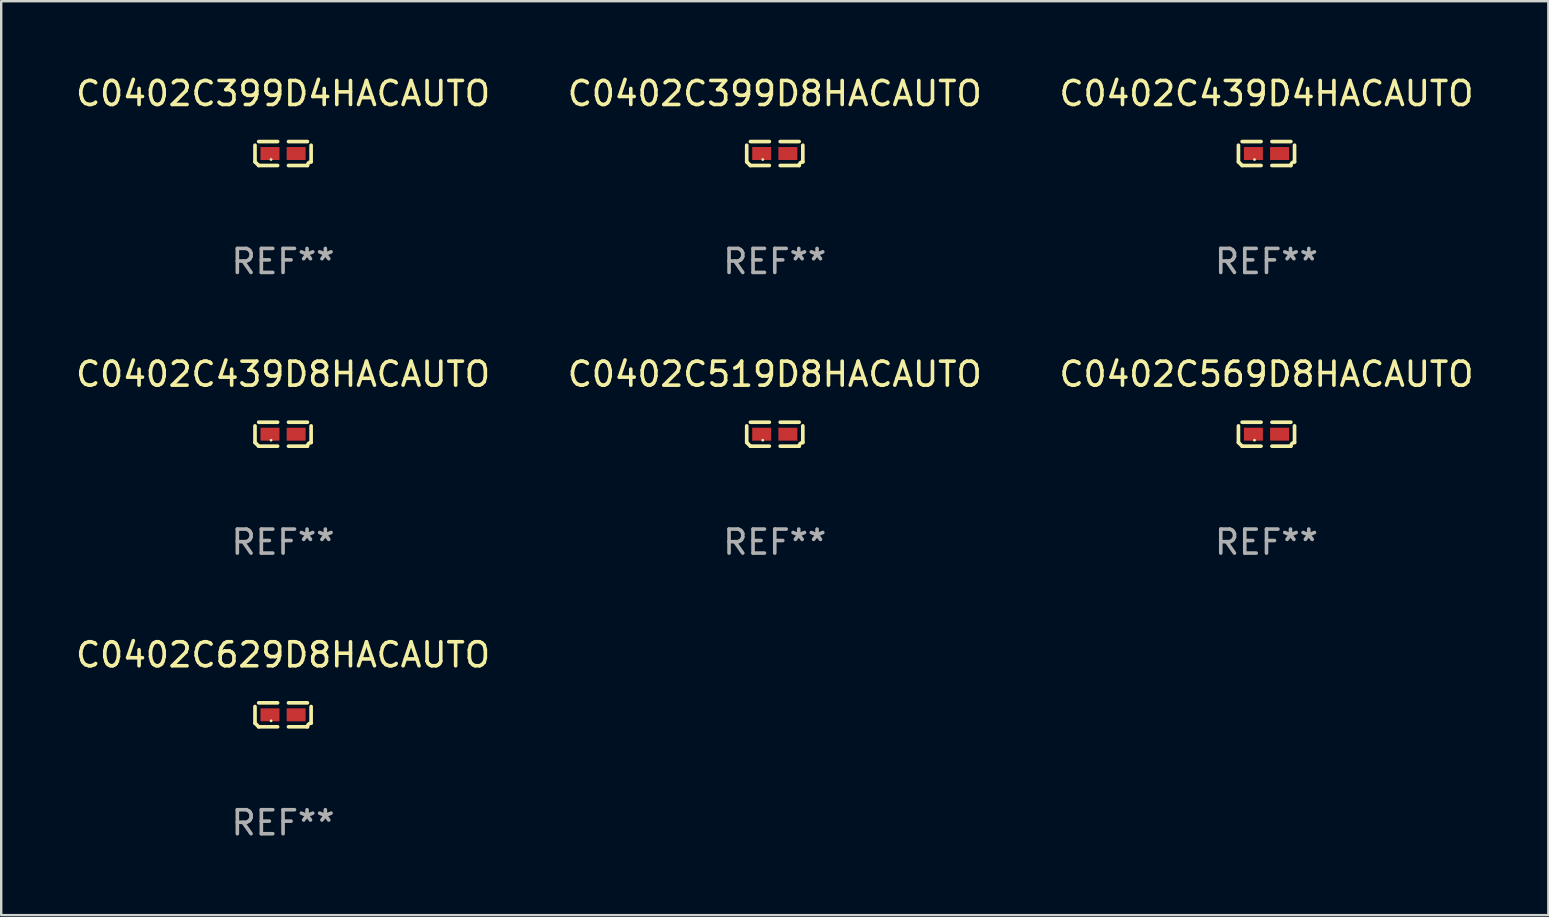
<source format=kicad_pcb>
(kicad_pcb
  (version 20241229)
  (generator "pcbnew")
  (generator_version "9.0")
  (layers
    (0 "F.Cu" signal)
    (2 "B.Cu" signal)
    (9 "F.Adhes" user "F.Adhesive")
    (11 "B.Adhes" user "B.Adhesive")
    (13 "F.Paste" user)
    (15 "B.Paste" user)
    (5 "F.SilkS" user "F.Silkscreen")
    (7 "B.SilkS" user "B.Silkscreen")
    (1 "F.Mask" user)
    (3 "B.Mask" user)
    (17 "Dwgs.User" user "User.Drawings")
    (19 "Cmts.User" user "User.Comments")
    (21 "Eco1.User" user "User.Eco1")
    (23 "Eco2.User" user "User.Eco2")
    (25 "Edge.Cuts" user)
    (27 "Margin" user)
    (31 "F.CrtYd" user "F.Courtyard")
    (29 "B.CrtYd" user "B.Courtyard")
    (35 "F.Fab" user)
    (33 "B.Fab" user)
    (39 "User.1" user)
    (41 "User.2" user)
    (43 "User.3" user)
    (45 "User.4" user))
  (footprint "C0402C439D4HACAUTO"
    (layer "F.Cu")
    (at 49.72 3.347)
    (property "Reference" "C0402C439D4HACAUTO" (at 0 -2.499 0) (layer "F.SilkS") (effects (font (size 1 1) (thickness 0.15))))
    (attr through_hole)
    (fp_line (start -1.169 0.346) (end -1.169 -0.346) (stroke (width 0.152) (type solid)) (layer "F.SilkS"))
    (fp_line (start -1.016 -0.499) (end -0.226 -0.499) (stroke (width 0.152) (type solid)) (layer "F.SilkS"))
    (fp_line (start -0.226 0.499) (end -1.016 0.499) (stroke (width 0.152) (type solid)) (layer "F.SilkS"))
    (fp_line (start 0.226 0.499) (end 1.016 0.499) (stroke (width 0.152) (type solid)) (layer "F.SilkS"))
    (fp_line (start 1.016 -0.499) (end 0.226 -0.499) (stroke (width 0.152) (type solid)) (layer "F.SilkS"))
    (fp_line (start 1.169 0.346) (end 1.169 -0.346) (stroke (width 0.152) (type solid)) (layer "F.SilkS"))
    (fp_arc (start -1.016307 0.498603) (mid -1.092512 0.422405) (end -1.16871 0.3462) (stroke (width 0.1524) (type solid)) (layer "F.SilkS"))
    (fp_arc (start 1.016307 0.498603) (mid 1.060899 0.390758) (end 1.168707 0.346076) (stroke (width 0.1524) (type solid)) (layer "F.SilkS"))
    (fp_circle (center -0.5 0.25) (end -0.47 0.25) (stroke (width 0.06) (type solid)) (fill no) (layer "F.SilkS"))
    (fp_text user "REF**" (at 0 4.499 0) (layer "F.Fab") (effects (font (size 1 1) (thickness 0.15))))
    (pad "1" smd rect (at -0.545 0) (size 0.79 0.54) (layers "F.Cu" "F.Mask" "F.Paste"))
    (pad "2" smd rect (at 0.545 0) (size 0.79 0.54) (layers "F.Cu" "F.Mask" "F.Paste")))
  (footprint "C0402C569D8HACAUTO"
    (layer "F.Cu")
    (at 49.72 15.041)
    (property "Reference" "C0402C569D8HACAUTO" (at 0 -2.499 0) (layer "F.SilkS") (effects (font (size 1 1) (thickness 0.15))))
    (attr through_hole)
    (fp_line (start -1.169 0.346) (end -1.169 -0.346) (stroke (width 0.152) (type solid)) (layer "F.SilkS"))
    (fp_line (start -1.016 -0.499) (end -0.226 -0.499) (stroke (width 0.152) (type solid)) (layer "F.SilkS"))
    (fp_line (start -0.226 0.499) (end -1.016 0.499) (stroke (width 0.152) (type solid)) (layer "F.SilkS"))
    (fp_line (start 0.226 0.499) (end 1.016 0.499) (stroke (width 0.152) (type solid)) (layer "F.SilkS"))
    (fp_line (start 1.016 -0.499) (end 0.226 -0.499) (stroke (width 0.152) (type solid)) (layer "F.SilkS"))
    (fp_line (start 1.169 0.346) (end 1.169 -0.346) (stroke (width 0.152) (type solid)) (layer "F.SilkS"))
    (fp_arc (start -1.016307 0.498603) (mid -1.092512 0.422405) (end -1.16871 0.3462) (stroke (width 0.1524) (type solid)) (layer "F.SilkS"))
    (fp_arc (start 1.016307 0.498603) (mid 1.060899 0.390758) (end 1.168707 0.346076) (stroke (width 0.1524) (type solid)) (layer "F.SilkS"))
    (fp_circle (center -0.5 0.25) (end -0.47 0.25) (stroke (width 0.06) (type solid)) (fill no) (layer "F.SilkS"))
    (fp_text user "REF**" (at 0 4.499 0) (layer "F.Fab") (effects (font (size 1 1) (thickness 0.15))))
    (pad "1" smd rect (at -0.545 0) (size 0.79 0.54) (layers "F.Cu" "F.Mask" "F.Paste"))
    (pad "2" smd rect (at 0.545 0) (size 0.79 0.54) (layers "F.Cu" "F.Mask" "F.Paste")))
  (footprint "C0402C519D8HACAUTO"
    (layer "F.Cu")
    (at 29.232 15.041)
    (property "Reference" "C0402C519D8HACAUTO" (at 0 -2.499 0) (layer "F.SilkS") (effects (font (size 1 1) (thickness 0.15))))
    (attr through_hole)
    (fp_line (start -1.169 0.346) (end -1.169 -0.346) (stroke (width 0.152) (type solid)) (layer "F.SilkS"))
    (fp_line (start -1.016 -0.499) (end -0.226 -0.499) (stroke (width 0.152) (type solid)) (layer "F.SilkS"))
    (fp_line (start -0.226 0.499) (end -1.016 0.499) (stroke (width 0.152) (type solid)) (layer "F.SilkS"))
    (fp_line (start 0.226 0.499) (end 1.016 0.499) (stroke (width 0.152) (type solid)) (layer "F.SilkS"))
    (fp_line (start 1.016 -0.499) (end 0.226 -0.499) (stroke (width 0.152) (type solid)) (layer "F.SilkS"))
    (fp_line (start 1.169 0.346) (end 1.169 -0.346) (stroke (width 0.152) (type solid)) (layer "F.SilkS"))
    (fp_arc (start -1.016307 0.498603) (mid -1.092512 0.422405) (end -1.16871 0.3462) (stroke (width 0.1524) (type solid)) (layer "F.SilkS"))
    (fp_arc (start 1.016307 0.498603) (mid 1.060899 0.390758) (end 1.168707 0.346076) (stroke (width 0.1524) (type solid)) (layer "F.SilkS"))
    (fp_circle (center -0.5 0.25) (end -0.47 0.25) (stroke (width 0.06) (type solid)) (fill no) (layer "F.SilkS"))
    (fp_text user "REF**" (at 0 4.499 0) (layer "F.Fab") (effects (font (size 1 1) (thickness 0.15))))
    (pad "1" smd rect (at -0.545 0) (size 0.79 0.54) (layers "F.Cu" "F.Mask" "F.Paste"))
    (pad "2" smd rect (at 0.545 0) (size 0.79 0.54) (layers "F.Cu" "F.Mask" "F.Paste")))
  (footprint "C0402C629D8HACAUTO"
    (layer "F.Cu")
    (at 8.744 26.734)
    (property "Reference" "C0402C629D8HACAUTO" (at 0 -2.499 0) (layer "F.SilkS") (effects (font (size 1 1) (thickness 0.15))))
    (attr through_hole)
    (fp_line (start -1.169 0.346) (end -1.169 -0.346) (stroke (width 0.152) (type solid)) (layer "F.SilkS"))
    (fp_line (start -1.016 -0.499) (end -0.226 -0.499) (stroke (width 0.152) (type solid)) (layer "F.SilkS"))
    (fp_line (start -0.226 0.499) (end -1.016 0.499) (stroke (width 0.152) (type solid)) (layer "F.SilkS"))
    (fp_line (start 0.226 0.499) (end 1.016 0.499) (stroke (width 0.152) (type solid)) (layer "F.SilkS"))
    (fp_line (start 1.016 -0.499) (end 0.226 -0.499) (stroke (width 0.152) (type solid)) (layer "F.SilkS"))
    (fp_line (start 1.169 0.346) (end 1.169 -0.346) (stroke (width 0.152) (type solid)) (layer "F.SilkS"))
    (fp_arc (start -1.016307 0.498603) (mid -1.092512 0.422405) (end -1.16871 0.3462) (stroke (width 0.1524) (type solid)) (layer "F.SilkS"))
    (fp_arc (start 1.016307 0.498603) (mid 1.060899 0.390758) (end 1.168707 0.346076) (stroke (width 0.1524) (type solid)) (layer "F.SilkS"))
    (fp_circle (center -0.5 0.25) (end -0.47 0.25) (stroke (width 0.06) (type solid)) (fill no) (layer "F.SilkS"))
    (fp_text user "REF**" (at 0 4.499 0) (layer "F.Fab") (effects (font (size 1 1) (thickness 0.15))))
    (pad "1" smd rect (at -0.545 0) (size 0.79 0.54) (layers "F.Cu" "F.Mask" "F.Paste"))
    (pad "2" smd rect (at 0.545 0) (size 0.79 0.54) (layers "F.Cu" "F.Mask" "F.Paste")))
  (footprint "C0402C439D8HACAUTO"
    (layer "F.Cu")
    (at 8.744 15.041)
    (property "Reference" "C0402C439D8HACAUTO" (at 0 -2.499 0) (layer "F.SilkS") (effects (font (size 1 1) (thickness 0.15))))
    (attr through_hole)
    (fp_line (start -1.169 0.346) (end -1.169 -0.346) (stroke (width 0.152) (type solid)) (layer "F.SilkS"))
    (fp_line (start -1.016 -0.499) (end -0.226 -0.499) (stroke (width 0.152) (type solid)) (layer "F.SilkS"))
    (fp_line (start -0.226 0.499) (end -1.016 0.499) (stroke (width 0.152) (type solid)) (layer "F.SilkS"))
    (fp_line (start 0.226 0.499) (end 1.016 0.499) (stroke (width 0.152) (type solid)) (layer "F.SilkS"))
    (fp_line (start 1.016 -0.499) (end 0.226 -0.499) (stroke (width 0.152) (type solid)) (layer "F.SilkS"))
    (fp_line (start 1.169 0.346) (end 1.169 -0.346) (stroke (width 0.152) (type solid)) (layer "F.SilkS"))
    (fp_arc (start -1.016307 0.498603) (mid -1.092512 0.422405) (end -1.16871 0.3462) (stroke (width 0.1524) (type solid)) (layer "F.SilkS"))
    (fp_arc (start 1.016307 0.498603) (mid 1.060899 0.390758) (end 1.168707 0.346076) (stroke (width 0.1524) (type solid)) (layer "F.SilkS"))
    (fp_circle (center -0.5 0.25) (end -0.47 0.25) (stroke (width 0.06) (type solid)) (fill no) (layer "F.SilkS"))
    (fp_text user "REF**" (at 0 4.499 0) (layer "F.Fab") (effects (font (size 1 1) (thickness 0.15))))
    (pad "1" smd rect (at -0.545 0) (size 0.79 0.54) (layers "F.Cu" "F.Mask" "F.Paste"))
    (pad "2" smd rect (at 0.545 0) (size 0.79 0.54) (layers "F.Cu" "F.Mask" "F.Paste")))
  (footprint "C0402C399D8HACAUTO"
    (layer "F.Cu")
    (at 29.232 3.347)
    (property "Reference" "C0402C399D8HACAUTO" (at 0 -2.499 0) (layer "F.SilkS") (effects (font (size 1 1) (thickness 0.15))))
    (attr through_hole)
    (fp_line (start -1.169 0.346) (end -1.169 -0.346) (stroke (width 0.152) (type solid)) (layer "F.SilkS"))
    (fp_line (start -1.016 -0.499) (end -0.226 -0.499) (stroke (width 0.152) (type solid)) (layer "F.SilkS"))
    (fp_line (start -0.226 0.499) (end -1.016 0.499) (stroke (width 0.152) (type solid)) (layer "F.SilkS"))
    (fp_line (start 0.226 0.499) (end 1.016 0.499) (stroke (width 0.152) (type solid)) (layer "F.SilkS"))
    (fp_line (start 1.016 -0.499) (end 0.226 -0.499) (stroke (width 0.152) (type solid)) (layer "F.SilkS"))
    (fp_line (start 1.169 0.346) (end 1.169 -0.346) (stroke (width 0.152) (type solid)) (layer "F.SilkS"))
    (fp_arc (start -1.016307 0.498603) (mid -1.092512 0.422405) (end -1.16871 0.3462) (stroke (width 0.1524) (type solid)) (layer "F.SilkS"))
    (fp_arc (start 1.016307 0.498603) (mid 1.060899 0.390758) (end 1.168707 0.346076) (stroke (width 0.1524) (type solid)) (layer "F.SilkS"))
    (fp_circle (center -0.5 0.25) (end -0.47 0.25) (stroke (width 0.06) (type solid)) (fill no) (layer "F.SilkS"))
    (fp_text user "REF**" (at 0 4.499 0) (layer "F.Fab") (effects (font (size 1 1) (thickness 0.15))))
    (pad "1" smd rect (at -0.545 0) (size 0.79 0.54) (layers "F.Cu" "F.Mask" "F.Paste"))
    (pad "2" smd rect (at 0.545 0) (size 0.79 0.54) (layers "F.Cu" "F.Mask" "F.Paste")))
  (footprint "C0402C399D4HACAUTO"
    (layer "F.Cu")
    (at 8.744 3.347)
    (property "Reference" "C0402C399D4HACAUTO" (at 0 -2.499 0) (layer "F.SilkS") (effects (font (size 1 1) (thickness 0.15))))
    (attr through_hole)
    (fp_line (start -1.169 0.346) (end -1.169 -0.346) (stroke (width 0.152) (type solid)) (layer "F.SilkS"))
    (fp_line (start -1.016 -0.499) (end -0.226 -0.499) (stroke (width 0.152) (type solid)) (layer "F.SilkS"))
    (fp_line (start -0.226 0.499) (end -1.016 0.499) (stroke (width 0.152) (type solid)) (layer "F.SilkS"))
    (fp_line (start 0.226 0.499) (end 1.016 0.499) (stroke (width 0.152) (type solid)) (layer "F.SilkS"))
    (fp_line (start 1.016 -0.499) (end 0.226 -0.499) (stroke (width 0.152) (type solid)) (layer "F.SilkS"))
    (fp_line (start 1.169 0.346) (end 1.169 -0.346) (stroke (width 0.152) (type solid)) (layer "F.SilkS"))
    (fp_arc (start -1.016307 0.498603) (mid -1.092512 0.422405) (end -1.16871 0.3462) (stroke (width 0.1524) (type solid)) (layer "F.SilkS"))
    (fp_arc (start 1.016307 0.498603) (mid 1.060899 0.390758) (end 1.168707 0.346076) (stroke (width 0.1524) (type solid)) (layer "F.SilkS"))
    (fp_circle (center -0.5 0.25) (end -0.47 0.25) (stroke (width 0.06) (type solid)) (fill no) (layer "F.SilkS"))
    (fp_text user "REF**" (at 0 4.499 0) (layer "F.Fab") (effects (font (size 1 1) (thickness 0.15))))
    (pad "1" smd rect (at -0.545 0) (size 0.79 0.54) (layers "F.Cu" "F.Mask" "F.Paste"))
    (pad "2" smd rect (at 0.545 0) (size 0.79 0.54) (layers "F.Cu" "F.Mask" "F.Paste")))
  (gr_rect
    (start -3 -3)
    (end 61.464 35.081)
    (stroke (width 0.1) (type default))
    (fill no)
    (layer "Edge.Cuts")))
</source>
